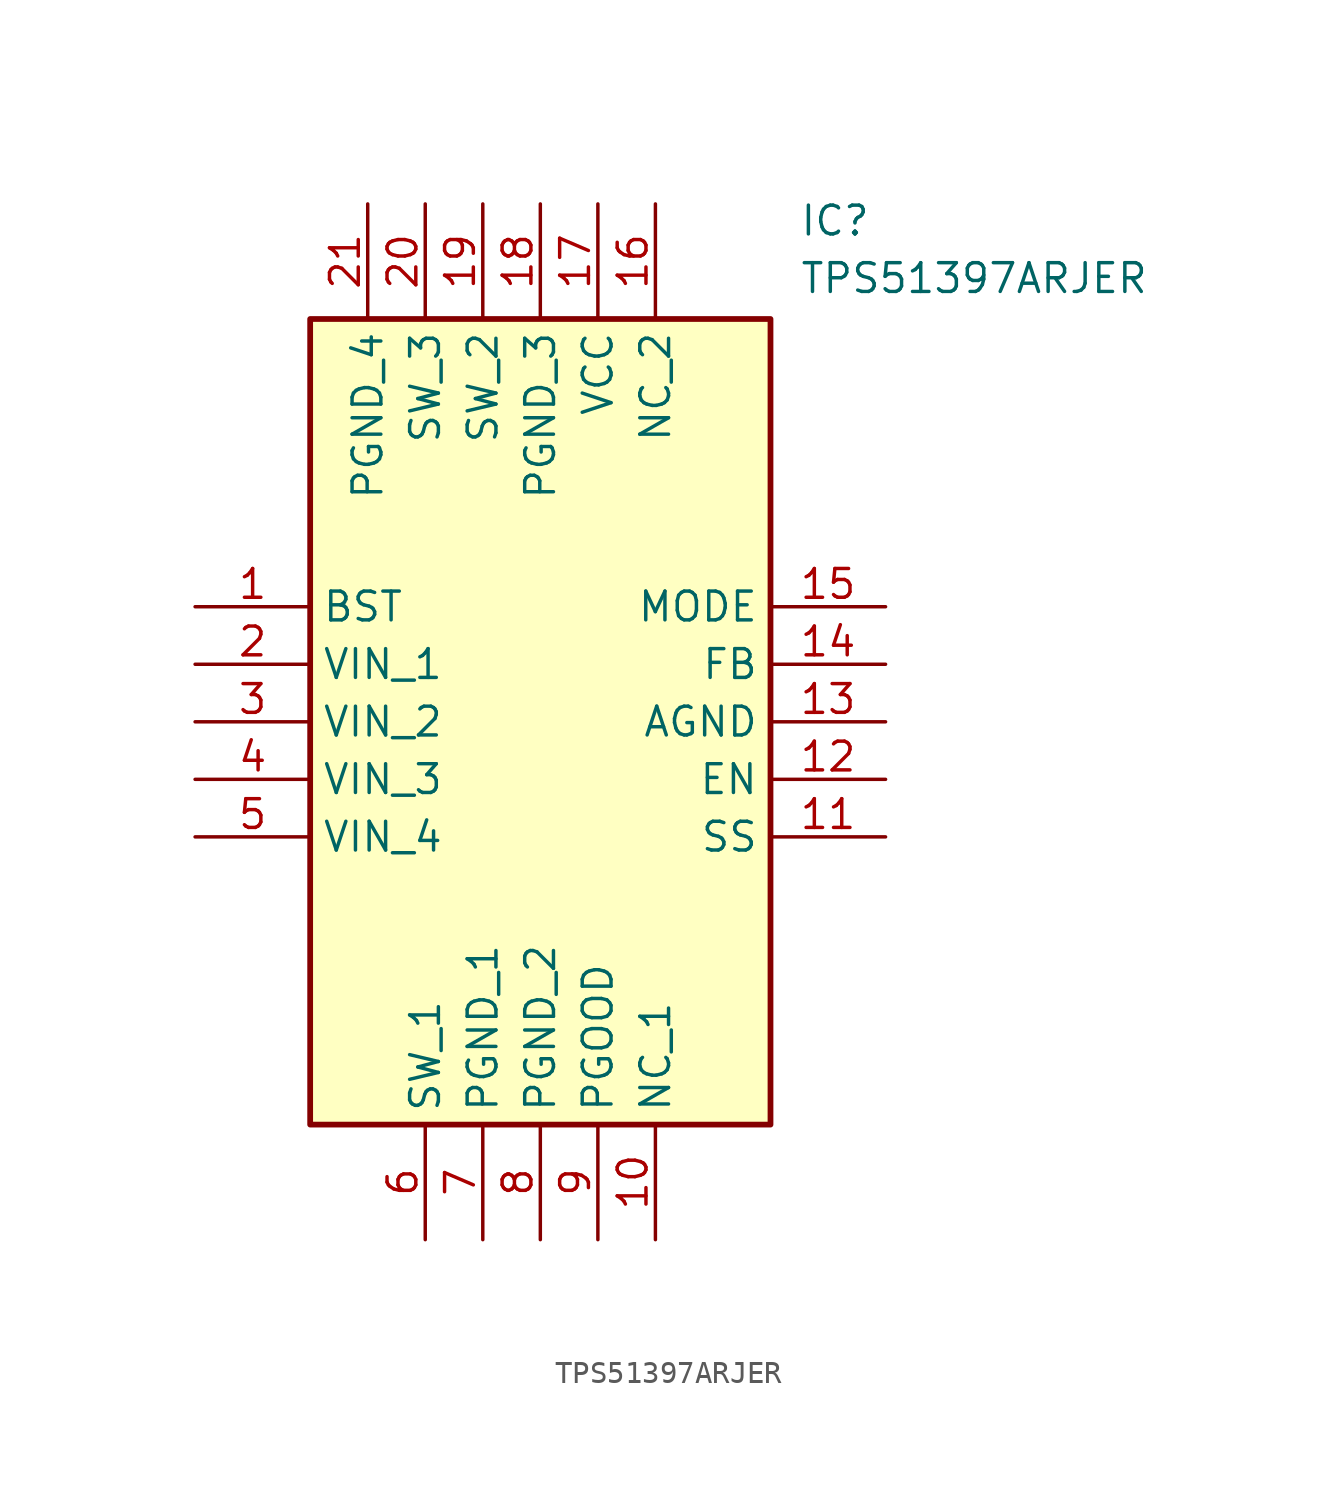
<source format=kicad_sym>
(kicad_symbol_lib
  (version 20220914)
  (generator kicad_symbol_editor)
  (symbol "TPS51397ARJER"
    (property "Reference" "IC"
      (at 26.67 17.78 0)
      (effects (font (size 1.27 1.27)) (justify left top)))
    (property "Value" "TPS51397ARJER"
      (at 26.67 15.24 0)
      (effects (font (size 1.27 1.27)) (justify left top)))
    (symbol "TPS51397ARJER_1_1"
      (rectangle (start 5.08 12.7) (end 25.4 -22.86) (stroke (width 0.254) (type default)) (fill (type background)))
      (pin passive line (at 0 0 0) (length 5.08) (name "BST" (effects (font (size 1.27 1.27)))) (number "1" (effects (font (size 1.27 1.27)))))
      (pin passive line (at 20.32 -27.94 90) (length 5.08) (name "NC_1" (effects (font (size 1.27 1.27)))) (number "10" (effects (font (size 1.27 1.27)))))
      (pin passive line (at 30.48 -10.16 180) (length 5.08) (name "SS" (effects (font (size 1.27 1.27)))) (number "11" (effects (font (size 1.27 1.27)))))
      (pin passive line (at 30.48 -7.62 180) (length 5.08) (name "EN" (effects (font (size 1.27 1.27)))) (number "12" (effects (font (size 1.27 1.27)))))
      (pin passive line (at 30.48 -5.08 180) (length 5.08) (name "AGND" (effects (font (size 1.27 1.27)))) (number "13" (effects (font (size 1.27 1.27)))))
      (pin passive line (at 30.48 -2.54 180) (length 5.08) (name "FB" (effects (font (size 1.27 1.27)))) (number "14" (effects (font (size 1.27 1.27)))))
      (pin passive line (at 30.48 0 180) (length 5.08) (name "MODE" (effects (font (size 1.27 1.27)))) (number "15" (effects (font (size 1.27 1.27)))))
      (pin passive line (at 20.32 17.78 270) (length 5.08) (name "NC_2" (effects (font (size 1.27 1.27)))) (number "16" (effects (font (size 1.27 1.27)))))
      (pin passive line (at 17.78 17.78 270) (length 5.08) (name "VCC" (effects (font (size 1.27 1.27)))) (number "17" (effects (font (size 1.27 1.27)))))
      (pin passive line (at 15.24 17.78 270) (length 5.08) (name "PGND_3" (effects (font (size 1.27 1.27)))) (number "18" (effects (font (size 1.27 1.27)))))
      (pin passive line (at 12.7 17.78 270) (length 5.08) (name "SW_2" (effects (font (size 1.27 1.27)))) (number "19" (effects (font (size 1.27 1.27)))))
      (pin passive line (at 0 -2.54 0) (length 5.08) (name "VIN_1" (effects (font (size 1.27 1.27)))) (number "2" (effects (font (size 1.27 1.27)))))
      (pin passive line (at 10.16 17.78 270) (length 5.08) (name "SW_3" (effects (font (size 1.27 1.27)))) (number "20" (effects (font (size 1.27 1.27)))))
      (pin passive line (at 7.62 17.78 270) (length 5.08) (name "PGND_4" (effects (font (size 1.27 1.27)))) (number "21" (effects (font (size 1.27 1.27)))))
      (pin passive line (at 0 -5.08 0) (length 5.08) (name "VIN_2" (effects (font (size 1.27 1.27)))) (number "3" (effects (font (size 1.27 1.27)))))
      (pin passive line (at 0 -7.62 0) (length 5.08) (name "VIN_3" (effects (font (size 1.27 1.27)))) (number "4" (effects (font (size 1.27 1.27)))))
      (pin passive line (at 0 -10.16 0) (length 5.08) (name "VIN_4" (effects (font (size 1.27 1.27)))) (number "5" (effects (font (size 1.27 1.27)))))
      (pin passive line (at 10.16 -27.94 90) (length 5.08) (name "SW_1" (effects (font (size 1.27 1.27)))) (number "6" (effects (font (size 1.27 1.27)))))
      (pin passive line (at 12.7 -27.94 90) (length 5.08) (name "PGND_1" (effects (font (size 1.27 1.27)))) (number "7" (effects (font (size 1.27 1.27)))))
      (pin passive line (at 15.24 -27.94 90) (length 5.08) (name "PGND_2" (effects (font (size 1.27 1.27)))) (number "8" (effects (font (size 1.27 1.27)))))
      (pin passive line (at 17.78 -27.94 90) (length 5.08) (name "PGOOD" (effects (font (size 1.27 1.27)))) (number "9" (effects (font (size 1.27 1.27))))))))
</source>
